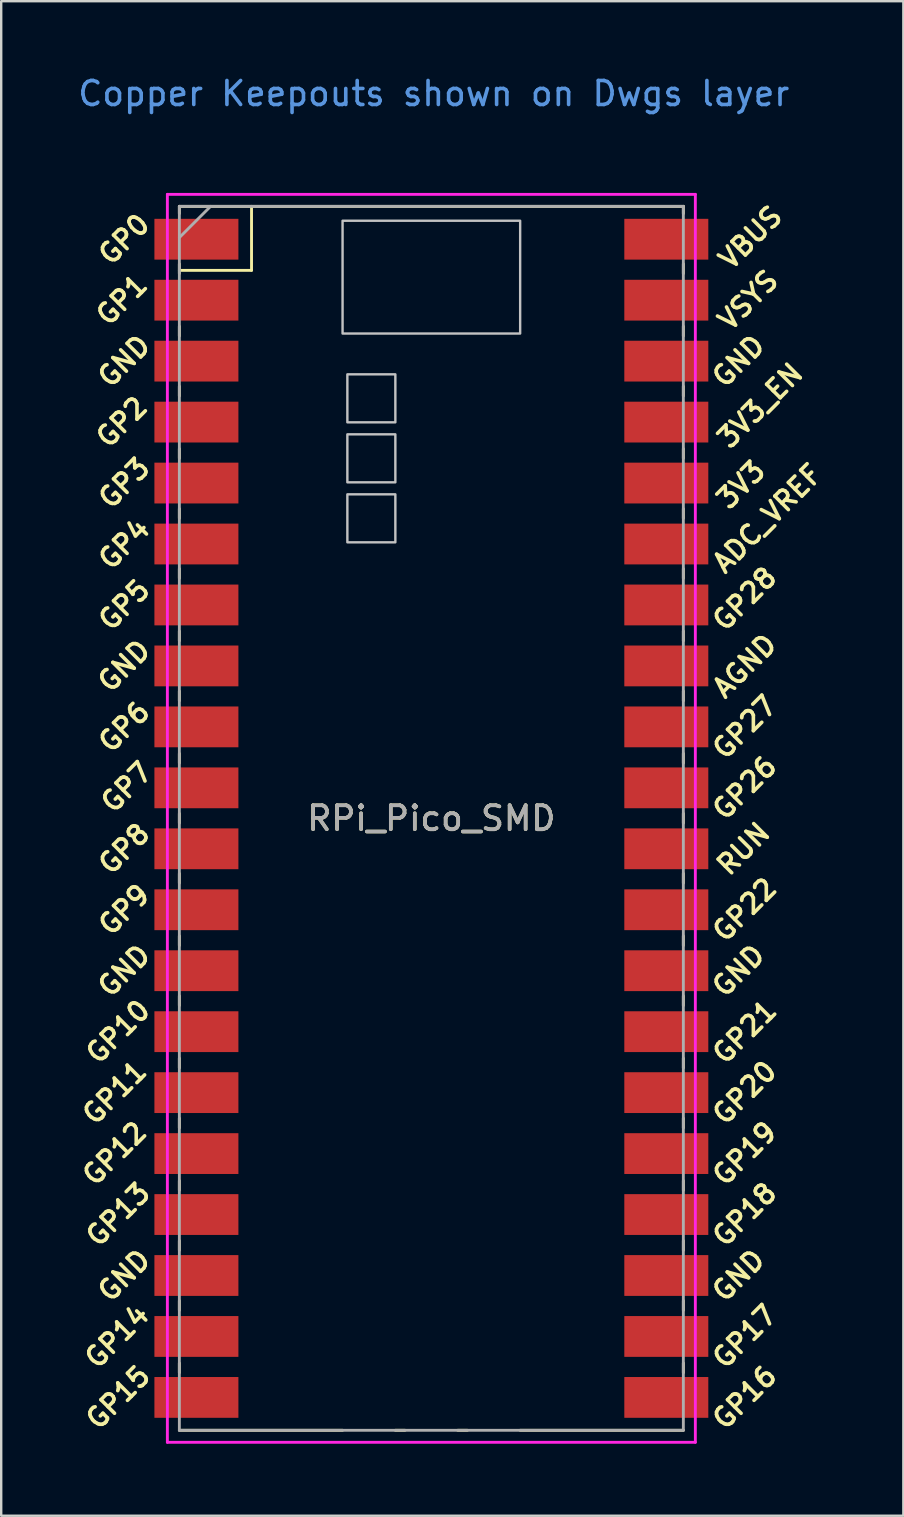
<source format=kicad_pcb>
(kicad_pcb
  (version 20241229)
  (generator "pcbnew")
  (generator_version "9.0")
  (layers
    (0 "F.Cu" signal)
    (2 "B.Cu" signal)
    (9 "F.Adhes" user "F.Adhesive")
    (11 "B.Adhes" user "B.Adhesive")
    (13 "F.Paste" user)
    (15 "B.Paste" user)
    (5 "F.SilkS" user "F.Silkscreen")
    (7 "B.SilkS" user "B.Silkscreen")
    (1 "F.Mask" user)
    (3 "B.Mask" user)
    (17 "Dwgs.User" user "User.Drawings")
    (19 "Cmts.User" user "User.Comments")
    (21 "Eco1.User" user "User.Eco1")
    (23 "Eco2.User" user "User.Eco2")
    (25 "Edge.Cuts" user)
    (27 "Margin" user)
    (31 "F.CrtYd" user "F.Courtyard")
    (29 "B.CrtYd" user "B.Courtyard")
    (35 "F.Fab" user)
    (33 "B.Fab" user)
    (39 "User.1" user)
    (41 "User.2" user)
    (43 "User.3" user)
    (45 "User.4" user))
  (footprint "RPi_Pico_SMD"
    (layer "F.Cu")
    (at 14.924 31.048)
    (property "Reference" "RPi_Pico_SMD" (at 0 0 0) (layer "F.SilkS") (effects (font (size 1 1) (thickness 0.15))))
    (attr through_hole)
    (fp_line (start -10.5 -25.5) (end -10.5 -25.2) (stroke (width 0.12) (type solid)) (layer "F.SilkS"))
    (fp_line (start -10.5 -25.5) (end 10.5 -25.5) (stroke (width 0.12) (type solid)) (layer "F.SilkS"))
    (fp_line (start -10.5 -23.1) (end -10.5 -22.7) (stroke (width 0.12) (type solid)) (layer "F.SilkS"))
    (fp_line (start -10.5 -22.833) (end -7.493 -22.833) (stroke (width 0.12) (type solid)) (layer "F.SilkS"))
    (fp_line (start -10.5 -20.5) (end -10.5 -20.1) (stroke (width 0.12) (type solid)) (layer "F.SilkS"))
    (fp_line (start -10.5 -18) (end -10.5 -17.6) (stroke (width 0.12) (type solid)) (layer "F.SilkS"))
    (fp_line (start -10.5 -15.4) (end -10.5 -15) (stroke (width 0.12) (type solid)) (layer "F.SilkS"))
    (fp_line (start -10.5 -12.9) (end -10.5 -12.5) (stroke (width 0.12) (type solid)) (layer "F.SilkS"))
    (fp_line (start -10.5 -10.4) (end -10.5 -10) (stroke (width 0.12) (type solid)) (layer "F.SilkS"))
    (fp_line (start -10.5 -7.8) (end -10.5 -7.4) (stroke (width 0.12) (type solid)) (layer "F.SilkS"))
    (fp_line (start -10.5 -5.3) (end -10.5 -4.9) (stroke (width 0.12) (type solid)) (layer "F.SilkS"))
    (fp_line (start -10.5 -2.7) (end -10.5 -2.3) (stroke (width 0.12) (type solid)) (layer "F.SilkS"))
    (fp_line (start -10.5 -0.2) (end -10.5 0.2) (stroke (width 0.12) (type solid)) (layer "F.SilkS"))
    (fp_line (start -10.5 2.3) (end -10.5 2.7) (stroke (width 0.12) (type solid)) (layer "F.SilkS"))
    (fp_line (start -10.5 4.9) (end -10.5 5.3) (stroke (width 0.12) (type solid)) (layer "F.SilkS"))
    (fp_line (start -10.5 7.4) (end -10.5 7.8) (stroke (width 0.12) (type solid)) (layer "F.SilkS"))
    (fp_line (start -10.5 10) (end -10.5 10.4) (stroke (width 0.12) (type solid)) (layer "F.SilkS"))
    (fp_line (start -10.5 12.5) (end -10.5 12.9) (stroke (width 0.12) (type solid)) (layer "F.SilkS"))
    (fp_line (start -10.5 15.1) (end -10.5 15.5) (stroke (width 0.12) (type solid)) (layer "F.SilkS"))
    (fp_line (start -10.5 17.6) (end -10.5 18) (stroke (width 0.12) (type solid)) (layer "F.SilkS"))
    (fp_line (start -10.5 20.1) (end -10.5 20.5) (stroke (width 0.12) (type solid)) (layer "F.SilkS"))
    (fp_line (start -10.5 22.7) (end -10.5 23.1) (stroke (width 0.12) (type solid)) (layer "F.SilkS"))
    (fp_line (start -7.493 -22.833) (end -7.493 -25.5) (stroke (width 0.12) (type solid)) (layer "F.SilkS"))
    (fp_line (start -3.7 25.5) (end -10.5 25.5) (stroke (width 0.12) (type solid)) (layer "F.SilkS"))
    (fp_line (start -1.5 25.5) (end -1.1 25.5) (stroke (width 0.12) (type solid)) (layer "F.SilkS"))
    (fp_line (start 1.1 25.5) (end 1.5 25.5) (stroke (width 0.12) (type solid)) (layer "F.SilkS"))
    (fp_line (start 10.5 -25.5) (end 10.5 -25.2) (stroke (width 0.12) (type solid)) (layer "F.SilkS"))
    (fp_line (start 10.5 -23.1) (end 10.5 -22.7) (stroke (width 0.12) (type solid)) (layer "F.SilkS"))
    (fp_line (start 10.5 -20.5) (end 10.5 -20.1) (stroke (width 0.12) (type solid)) (layer "F.SilkS"))
    (fp_line (start 10.5 -18) (end 10.5 -17.6) (stroke (width 0.12) (type solid)) (layer "F.SilkS"))
    (fp_line (start 10.5 -15.4) (end 10.5 -15) (stroke (width 0.12) (type solid)) (layer "F.SilkS"))
    (fp_line (start 10.5 -12.9) (end 10.5 -12.5) (stroke (width 0.12) (type solid)) (layer "F.SilkS"))
    (fp_line (start 10.5 -10.4) (end 10.5 -10) (stroke (width 0.12) (type solid)) (layer "F.SilkS"))
    (fp_line (start 10.5 -7.8) (end 10.5 -7.4) (stroke (width 0.12) (type solid)) (layer "F.SilkS"))
    (fp_line (start 10.5 -5.3) (end 10.5 -4.9) (stroke (width 0.12) (type solid)) (layer "F.SilkS"))
    (fp_line (start 10.5 -2.7) (end 10.5 -2.3) (stroke (width 0.12) (type solid)) (layer "F.SilkS"))
    (fp_line (start 10.5 -0.2) (end 10.5 0.2) (stroke (width 0.12) (type solid)) (layer "F.SilkS"))
    (fp_line (start 10.5 2.3) (end 10.5 2.7) (stroke (width 0.12) (type solid)) (layer "F.SilkS"))
    (fp_line (start 10.5 4.9) (end 10.5 5.3) (stroke (width 0.12) (type solid)) (layer "F.SilkS"))
    (fp_line (start 10.5 7.4) (end 10.5 7.8) (stroke (width 0.12) (type solid)) (layer "F.SilkS"))
    (fp_line (start 10.5 10) (end 10.5 10.4) (stroke (width 0.12) (type solid)) (layer "F.SilkS"))
    (fp_line (start 10.5 12.5) (end 10.5 12.9) (stroke (width 0.12) (type solid)) (layer "F.SilkS"))
    (fp_line (start 10.5 15.1) (end 10.5 15.5) (stroke (width 0.12) (type solid)) (layer "F.SilkS"))
    (fp_line (start 10.5 17.6) (end 10.5 18) (stroke (width 0.12) (type solid)) (layer "F.SilkS"))
    (fp_line (start 10.5 20.1) (end 10.5 20.5) (stroke (width 0.12) (type solid)) (layer "F.SilkS"))
    (fp_line (start 10.5 22.7) (end 10.5 23.1) (stroke (width 0.12) (type solid)) (layer "F.SilkS"))
    (fp_line (start 10.5 25.5) (end 3.7 25.5) (stroke (width 0.12) (type solid)) (layer "F.SilkS"))
    (fp_poly (pts (xy -1.5 -16.5) (xy -3.5 -16.5) (xy -3.5 -18.5) (xy -1.5 -18.5)) (stroke (width 0.1) (type solid)) (fill no) (layer "Dwgs.User"))
    (fp_poly (pts (xy -1.5 -14) (xy -3.5 -14) (xy -3.5 -16) (xy -1.5 -16)) (stroke (width 0.1) (type solid)) (fill no) (layer "Dwgs.User"))
    (fp_poly (pts (xy -1.5 -11.5) (xy -3.5 -11.5) (xy -3.5 -13.5) (xy -1.5 -13.5)) (stroke (width 0.1) (type solid)) (fill no) (layer "Dwgs.User"))
    (fp_poly (pts (xy 3.7 -20.2) (xy -3.7 -20.2) (xy -3.7 -24.9) (xy 3.7 -24.9)) (stroke (width 0.1) (type solid)) (fill no) (layer "Dwgs.User"))
    (fp_line (start -11 -26) (end 11 -26) (stroke (width 0.12) (type solid)) (layer "F.CrtYd"))
    (fp_line (start -11 26) (end -11 -26) (stroke (width 0.12) (type solid)) (layer "F.CrtYd"))
    (fp_line (start 11 -26) (end 11 26) (stroke (width 0.12) (type solid)) (layer "F.CrtYd"))
    (fp_line (start 11 26) (end -11 26) (stroke (width 0.12) (type solid)) (layer "F.CrtYd"))
    (fp_line (start -10.5 -25.5) (end 10.5 -25.5) (stroke (width 0.12) (type solid)) (layer "F.Fab"))
    (fp_line (start -10.5 -24.2) (end -9.2 -25.5) (stroke (width 0.12) (type solid)) (layer "F.Fab"))
    (fp_line (start -10.5 25.5) (end -10.5 -25.5) (stroke (width 0.12) (type solid)) (layer "F.Fab"))
    (fp_line (start 10.5 -25.5) (end 10.5 25.5) (stroke (width 0.12) (type solid)) (layer "F.Fab"))
    (fp_line (start 10.5 25.5) (end -10.5 25.5) (stroke (width 0.12) (type solid)) (layer "F.Fab"))
    (fp_text user "GND" (at -12.8 -6.35 45) (layer "F.SilkS") (effects (font (size 0.8 0.8) (thickness 0.15))))
    (fp_text user "GP9" (at -12.8 3.81 45) (layer "F.SilkS") (effects (font (size 0.8 0.8) (thickness 0.15))))
    (fp_text user "GP8" (at -12.8 1.27 45) (layer "F.SilkS") (effects (font (size 0.8 0.8) (thickness 0.15))))
    (fp_text user "GP14" (at -13.1 21.59 45) (layer "F.SilkS") (effects (font (size 0.8 0.8) (thickness 0.15))))
    (fp_text user "3V3_EN" (at 13.7 -17.2 45) (layer "F.SilkS") (effects (font (size 0.8 0.8) (thickness 0.15))))
    (fp_text user "GP17" (at 13.054 21.59 45) (layer "F.SilkS") (effects (font (size 0.8 0.8) (thickness 0.15))))
    (fp_text user "RUN" (at 13 1.27 45) (layer "F.SilkS") (effects (font (size 0.8 0.8) (thickness 0.15))))
    (fp_text user "GND" (at -12.8 -19.05 45) (layer "F.SilkS") (effects (font (size 0.8 0.8) (thickness 0.15))))
    (fp_text user "3V3" (at 12.9 -13.9 45) (layer "F.SilkS") (effects (font (size 0.8 0.8) (thickness 0.15))))
    (fp_text user "GND" (at -12.8 19.05 45) (layer "F.SilkS") (effects (font (size 0.8 0.8) (thickness 0.15))))
    (fp_text user "GP20" (at 13.054 11.43 45) (layer "F.SilkS") (effects (font (size 0.8 0.8) (thickness 0.15))))
    (fp_text user "GP13" (at -13.054 16.51 45) (layer "F.SilkS") (effects (font (size 0.8 0.8) (thickness 0.15))))
    (fp_text user "GP11" (at -13.2 11.43 45) (layer "F.SilkS") (effects (font (size 0.8 0.8) (thickness 0.15))))
    (fp_text user "GP7" (at -12.7 -1.3 45) (layer "F.SilkS") (effects (font (size 0.8 0.8) (thickness 0.15))))
    (fp_text user "GP19" (at 13.054 13.97 45) (layer "F.SilkS") (effects (font (size 0.8 0.8) (thickness 0.15))))
    (fp_text user "AGND" (at 13.054 -6.35 45) (layer "F.SilkS") (effects (font (size 0.8 0.8) (thickness 0.15))))
    (fp_text user "GP0" (at -12.8 -24.13 45) (layer "F.SilkS") (effects (font (size 0.8 0.8) (thickness 0.15))))
    (fp_text user "GP12" (at -13.2 13.97 45) (layer "F.SilkS") (effects (font (size 0.8 0.8) (thickness 0.15))))
    (fp_text user "GP2" (at -12.9 -16.51 45) (layer "F.SilkS") (effects (font (size 0.8 0.8) (thickness 0.15))))
    (fp_text user "ADC_VREF" (at 14 -12.5 45) (layer "F.SilkS") (effects (font (size 0.8 0.8) (thickness 0.15))))
    (fp_text user "GP27" (at 13.054 -3.8 45) (layer "F.SilkS") (effects (font (size 0.8 0.8) (thickness 0.15))))
    (fp_text user "GND" (at 12.8 6.35 45) (layer "F.SilkS") (effects (font (size 0.8 0.8) (thickness 0.15))))
    (fp_text user "VSYS" (at 13.2 -21.59 45) (layer "F.SilkS") (effects (font (size 0.8 0.8) (thickness 0.15))))
    (fp_text user "GND" (at -12.8 6.35 45) (layer "F.SilkS") (effects (font (size 0.8 0.8) (thickness 0.15))))
    (fp_text user "GP10" (at -13.054 8.89 45) (layer "F.SilkS") (effects (font (size 0.8 0.8) (thickness 0.15))))
    (fp_text user "GND" (at 12.8 19.05 45) (layer "F.SilkS") (effects (font (size 0.8 0.8) (thickness 0.15))))
    (fp_text user "GP26" (at 13.054 -1.27 45) (layer "F.SilkS") (effects (font (size 0.8 0.8) (thickness 0.15))))
    (fp_text user "GND" (at 12.8 -19.05 45) (layer "F.SilkS") (effects (font (size 0.8 0.8) (thickness 0.15))))
    (fp_text user "GP4" (at -12.8 -11.43 45) (layer "F.SilkS") (effects (font (size 0.8 0.8) (thickness 0.15))))
    (fp_text user "VBUS" (at 13.3 -24.2 45) (layer "F.SilkS") (effects (font (size 0.8 0.8) (thickness 0.15))))
    (fp_text user "GP18" (at 13.054 16.51 45) (layer "F.SilkS") (effects (font (size 0.8 0.8) (thickness 0.15))))
    (fp_text user "GP1" (at -12.9 -21.6 45) (layer "F.SilkS") (effects (font (size 0.8 0.8) (thickness 0.15))))
    (fp_text user "GP6" (at -12.8 -3.81 45) (layer "F.SilkS") (effects (font (size 0.8 0.8) (thickness 0.15))))
    (fp_text user "GP16" (at 13.054 24.13 45) (layer "F.SilkS") (effects (font (size 0.8 0.8) (thickness 0.15))))
    (fp_text user "GP3" (at -12.8 -13.97 45) (layer "F.SilkS") (effects (font (size 0.8 0.8) (thickness 0.15))))
    (fp_text user "GP28" (at 13.054 -9.144 45) (layer "F.SilkS") (effects (font (size 0.8 0.8) (thickness 0.15))))
    (fp_text user "GP15" (at -13.054 24.13 45) (layer "F.SilkS") (effects (font (size 0.8 0.8) (thickness 0.15))))
    (fp_text user "GP22" (at 13.054 3.81 45) (layer "F.SilkS") (effects (font (size 0.8 0.8) (thickness 0.15))))
    (fp_text user "GP21" (at 13.054 8.9 45) (layer "F.SilkS") (effects (font (size 0.8 0.8) (thickness 0.15))))
    (fp_text user "GP5" (at -12.8 -8.89 45) (layer "F.SilkS") (effects (font (size 0.8 0.8) (thickness 0.15))))
    (fp_text user "Copper Keepouts shown on Dwgs layer" (at 0.1 -30.2 0) (layer "Cmts.User") (effects (font (size 1 1) (thickness 0.15))))
    (fp_text user "${REFERENCE}" (at 0 0 180) (layer "F.Fab") (effects (font (size 1 1) (thickness 0.15))))
    (pad "1" smd rect (at -8.89 -24.13) (size 3.5 1.7) (drill (offset -0.9 0)) (layers "F.Cu" "F.Mask"))
    (pad "2" smd rect (at -8.89 -21.59) (size 3.5 1.7) (drill (offset -0.9 0)) (layers "F.Cu" "F.Mask"))
    (pad "3" smd rect (at -8.89 -19.05) (size 3.5 1.7) (drill (offset -0.9 0)) (layers "F.Cu" "F.Mask"))
    (pad "4" smd rect (at -8.89 -16.51) (size 3.5 1.7) (drill (offset -0.9 0)) (layers "F.Cu" "F.Mask"))
    (pad "5" smd rect (at -8.89 -13.97) (size 3.5 1.7) (drill (offset -0.9 0)) (layers "F.Cu" "F.Mask"))
    (pad "6" smd rect (at -8.89 -11.43) (size 3.5 1.7) (drill (offset -0.9 0)) (layers "F.Cu" "F.Mask"))
    (pad "7" smd rect (at -8.89 -8.89) (size 3.5 1.7) (drill (offset -0.9 0)) (layers "F.Cu" "F.Mask"))
    (pad "8" smd rect (at -8.89 -6.35) (size 3.5 1.7) (drill (offset -0.9 0)) (layers "F.Cu" "F.Mask"))
    (pad "9" smd rect (at -8.89 -3.81) (size 3.5 1.7) (drill (offset -0.9 0)) (layers "F.Cu" "F.Mask"))
    (pad "10" smd rect (at -8.89 -1.27) (size 3.5 1.7) (drill (offset -0.9 0)) (layers "F.Cu" "F.Mask"))
    (pad "11" smd rect (at -8.89 1.27) (size 3.5 1.7) (drill (offset -0.9 0)) (layers "F.Cu" "F.Mask"))
    (pad "12" smd rect (at -8.89 3.81) (size 3.5 1.7) (drill (offset -0.9 0)) (layers "F.Cu" "F.Mask"))
    (pad "13" smd rect (at -8.89 6.35) (size 3.5 1.7) (drill (offset -0.9 0)) (layers "F.Cu" "F.Mask"))
    (pad "14" smd rect (at -8.89 8.89) (size 3.5 1.7) (drill (offset -0.9 0)) (layers "F.Cu" "F.Mask"))
    (pad "15" smd rect (at -8.89 11.43) (size 3.5 1.7) (drill (offset -0.9 0)) (layers "F.Cu" "F.Mask"))
    (pad "16" smd rect (at -8.89 13.97) (size 3.5 1.7) (drill (offset -0.9 0)) (layers "F.Cu" "F.Mask"))
    (pad "17" smd rect (at -8.89 16.51) (size 3.5 1.7) (drill (offset -0.9 0)) (layers "F.Cu" "F.Mask"))
    (pad "18" smd rect (at -8.89 19.05) (size 3.5 1.7) (drill (offset -0.9 0)) (layers "F.Cu" "F.Mask"))
    (pad "19" smd rect (at -8.89 21.59) (size 3.5 1.7) (drill (offset -0.9 0)) (layers "F.Cu" "F.Mask"))
    (pad "20" smd rect (at -8.89 24.13) (size 3.5 1.7) (drill (offset -0.9 0)) (layers "F.Cu" "F.Mask"))
    (pad "21" smd rect (at 8.89 24.13) (size 3.5 1.7) (drill (offset 0.9 0)) (layers "F.Cu" "F.Mask"))
    (pad "22" smd rect (at 8.89 21.59) (size 3.5 1.7) (drill (offset 0.9 0)) (layers "F.Cu" "F.Mask"))
    (pad "23" smd rect (at 8.89 19.05) (size 3.5 1.7) (drill (offset 0.9 0)) (layers "F.Cu" "F.Mask"))
    (pad "24" smd rect (at 8.89 16.51) (size 3.5 1.7) (drill (offset 0.9 0)) (layers "F.Cu" "F.Mask"))
    (pad "25" smd rect (at 8.89 13.97) (size 3.5 1.7) (drill (offset 0.9 0)) (layers "F.Cu" "F.Mask"))
    (pad "26" smd rect (at 8.89 11.43) (size 3.5 1.7) (drill (offset 0.9 0)) (layers "F.Cu" "F.Mask"))
    (pad "27" smd rect (at 8.89 8.89) (size 3.5 1.7) (drill (offset 0.9 0)) (layers "F.Cu" "F.Mask"))
    (pad "28" smd rect (at 8.89 6.35) (size 3.5 1.7) (drill (offset 0.9 0)) (layers "F.Cu" "F.Mask"))
    (pad "29" smd rect (at 8.89 3.81) (size 3.5 1.7) (drill (offset 0.9 0)) (layers "F.Cu" "F.Mask"))
    (pad "30" smd rect (at 8.89 1.27) (size 3.5 1.7) (drill (offset 0.9 0)) (layers "F.Cu" "F.Mask"))
    (pad "31" smd rect (at 8.89 -1.27) (size 3.5 1.7) (drill (offset 0.9 0)) (layers "F.Cu" "F.Mask"))
    (pad "32" smd rect (at 8.89 -3.81) (size 3.5 1.7) (drill (offset 0.9 0)) (layers "F.Cu" "F.Mask"))
    (pad "33" smd rect (at 8.89 -6.35) (size 3.5 1.7) (drill (offset 0.9 0)) (layers "F.Cu" "F.Mask"))
    (pad "34" smd rect (at 8.89 -8.89) (size 3.5 1.7) (drill (offset 0.9 0)) (layers "F.Cu" "F.Mask"))
    (pad "35" smd rect (at 8.89 -11.43) (size 3.5 1.7) (drill (offset 0.9 0)) (layers "F.Cu" "F.Mask"))
    (pad "36" smd rect (at 8.89 -13.97) (size 3.5 1.7) (drill (offset 0.9 0)) (layers "F.Cu" "F.Mask"))
    (pad "37" smd rect (at 8.89 -16.51) (size 3.5 1.7) (drill (offset 0.9 0)) (layers "F.Cu" "F.Mask"))
    (pad "38" smd rect (at 8.89 -19.05) (size 3.5 1.7) (drill (offset 0.9 0)) (layers "F.Cu" "F.Mask"))
    (pad "39" smd rect (at 8.89 -21.59) (size 3.5 1.7) (drill (offset 0.9 0)) (layers "F.Cu" "F.Mask"))
    (pad "40" smd rect (at 8.89 -24.13) (size 3.5 1.7) (drill (offset 0.9 0)) (layers "F.Cu" "F.Mask")))
  (gr_rect
    (start -3 -3)
    (end 34.591 60.108)
    (stroke (width 0.1) (type default))
    (fill no)
    (layer "Edge.Cuts")))
</source>
